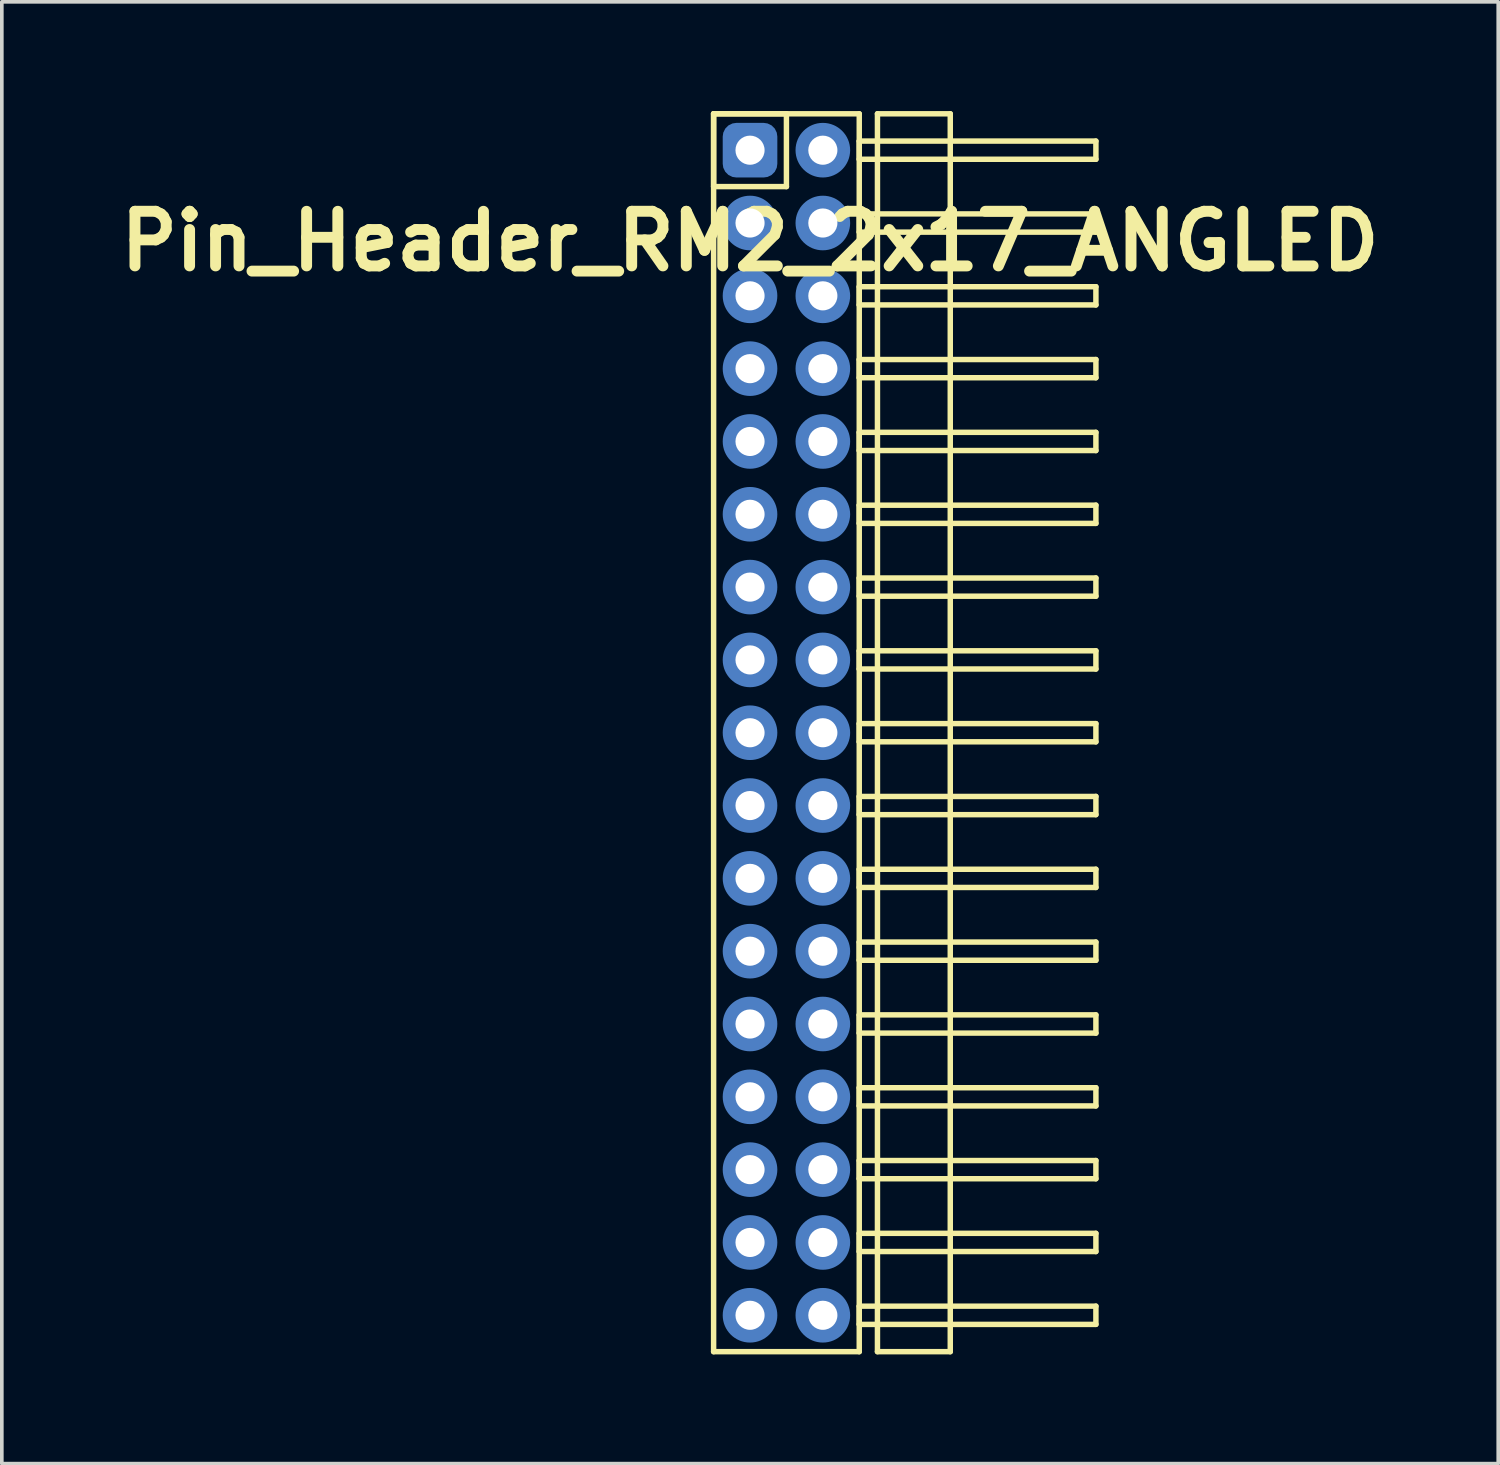
<source format=kicad_pcb>
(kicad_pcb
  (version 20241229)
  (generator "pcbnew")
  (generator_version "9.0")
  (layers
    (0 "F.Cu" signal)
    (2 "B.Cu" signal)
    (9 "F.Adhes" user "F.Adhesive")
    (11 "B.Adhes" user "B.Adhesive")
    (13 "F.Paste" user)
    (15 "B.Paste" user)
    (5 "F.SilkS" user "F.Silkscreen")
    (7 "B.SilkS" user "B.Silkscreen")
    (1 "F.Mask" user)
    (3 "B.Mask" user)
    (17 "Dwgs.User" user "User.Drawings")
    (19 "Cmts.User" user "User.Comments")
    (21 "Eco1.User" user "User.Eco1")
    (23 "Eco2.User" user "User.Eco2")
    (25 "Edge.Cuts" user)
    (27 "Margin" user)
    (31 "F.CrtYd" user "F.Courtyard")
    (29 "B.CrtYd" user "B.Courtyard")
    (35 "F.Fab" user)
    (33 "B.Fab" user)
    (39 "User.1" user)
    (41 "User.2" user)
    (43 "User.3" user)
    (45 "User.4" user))
  (footprint "Pin_Header_RM2_2x17_ANGLED"
    (layer "F.Cu")
    (at 17.55 1.075)
    (property "Reference" "Pin_Header_RM2_2x17_ANGLED" (at 0 2.5 0) (layer "F.SilkS") (effects (font (size 1.5 1.5) (thickness 0.3))))
    (attr through_hole)
    (fp_line (start -1 -1) (end 1 -1) (stroke (width 0.15) (type solid)) (layer "F.SilkS"))
    (fp_line (start -1 -1) (end 3 -1) (stroke (width 0.15) (type solid)) (layer "F.SilkS"))
    (fp_line (start -1 1) (end -1 -1) (stroke (width 0.15) (type solid)) (layer "F.SilkS"))
    (fp_line (start -1 33) (end -1 -1) (stroke (width 0.15) (type solid)) (layer "F.SilkS"))
    (fp_line (start 1 -1) (end 1 1) (stroke (width 0.15) (type solid)) (layer "F.SilkS"))
    (fp_line (start 1 1) (end -1 1) (stroke (width 0.15) (type solid)) (layer "F.SilkS"))
    (fp_line (start 3 -1) (end 3 33) (stroke (width 0.15) (type solid)) (layer "F.SilkS"))
    (fp_line (start 3 -0.25) (end 9.5 -0.25) (stroke (width 0.15) (type solid)) (layer "F.SilkS"))
    (fp_line (start 3 0.25) (end 3 -0.25) (stroke (width 0.15) (type solid)) (layer "F.SilkS"))
    (fp_line (start 3 1.75) (end 9.5 1.75) (stroke (width 0.15) (type solid)) (layer "F.SilkS"))
    (fp_line (start 3 2.25) (end 3 1.75) (stroke (width 0.15) (type solid)) (layer "F.SilkS"))
    (fp_line (start 3 3.75) (end 9.5 3.75) (stroke (width 0.15) (type solid)) (layer "F.SilkS"))
    (fp_line (start 3 4.25) (end 3 3.75) (stroke (width 0.15) (type solid)) (layer "F.SilkS"))
    (fp_line (start 3 5.75) (end 9.5 5.75) (stroke (width 0.15) (type solid)) (layer "F.SilkS"))
    (fp_line (start 3 6.25) (end 3 5.75) (stroke (width 0.15) (type solid)) (layer "F.SilkS"))
    (fp_line (start 3 7.75) (end 9.5 7.75) (stroke (width 0.15) (type solid)) (layer "F.SilkS"))
    (fp_line (start 3 8.25) (end 3 7.75) (stroke (width 0.15) (type solid)) (layer "F.SilkS"))
    (fp_line (start 3 9.75) (end 9.5 9.75) (stroke (width 0.15) (type solid)) (layer "F.SilkS"))
    (fp_line (start 3 10.25) (end 3 9.75) (stroke (width 0.15) (type solid)) (layer "F.SilkS"))
    (fp_line (start 3 11.75) (end 9.5 11.75) (stroke (width 0.15) (type solid)) (layer "F.SilkS"))
    (fp_line (start 3 12.25) (end 3 11.75) (stroke (width 0.15) (type solid)) (layer "F.SilkS"))
    (fp_line (start 3 13.75) (end 9.5 13.75) (stroke (width 0.15) (type solid)) (layer "F.SilkS"))
    (fp_line (start 3 14.25) (end 3 13.75) (stroke (width 0.15) (type solid)) (layer "F.SilkS"))
    (fp_line (start 3 15.75) (end 9.5 15.75) (stroke (width 0.15) (type solid)) (layer "F.SilkS"))
    (fp_line (start 3 16.25) (end 3 15.75) (stroke (width 0.15) (type solid)) (layer "F.SilkS"))
    (fp_line (start 3 17.75) (end 9.5 17.75) (stroke (width 0.15) (type solid)) (layer "F.SilkS"))
    (fp_line (start 3 18.25) (end 3 17.75) (stroke (width 0.15) (type solid)) (layer "F.SilkS"))
    (fp_line (start 3 19.75) (end 9.5 19.75) (stroke (width 0.15) (type solid)) (layer "F.SilkS"))
    (fp_line (start 3 20.25) (end 3 19.75) (stroke (width 0.15) (type solid)) (layer "F.SilkS"))
    (fp_line (start 3 21.75) (end 9.5 21.75) (stroke (width 0.15) (type solid)) (layer "F.SilkS"))
    (fp_line (start 3 22.25) (end 3 21.75) (stroke (width 0.15) (type solid)) (layer "F.SilkS"))
    (fp_line (start 3 23.75) (end 9.5 23.75) (stroke (width 0.15) (type solid)) (layer "F.SilkS"))
    (fp_line (start 3 24.25) (end 3 23.75) (stroke (width 0.15) (type solid)) (layer "F.SilkS"))
    (fp_line (start 3 25.75) (end 9.5 25.75) (stroke (width 0.15) (type solid)) (layer "F.SilkS"))
    (fp_line (start 3 26.25) (end 3 25.75) (stroke (width 0.15) (type solid)) (layer "F.SilkS"))
    (fp_line (start 3 27.75) (end 9.5 27.75) (stroke (width 0.15) (type solid)) (layer "F.SilkS"))
    (fp_line (start 3 28.25) (end 3 27.75) (stroke (width 0.15) (type solid)) (layer "F.SilkS"))
    (fp_line (start 3 29.75) (end 9.5 29.75) (stroke (width 0.15) (type solid)) (layer "F.SilkS"))
    (fp_line (start 3 30.25) (end 3 29.75) (stroke (width 0.15) (type solid)) (layer "F.SilkS"))
    (fp_line (start 3 31.75) (end 9.5 31.75) (stroke (width 0.15) (type solid)) (layer "F.SilkS"))
    (fp_line (start 3 32.25) (end 3 31.75) (stroke (width 0.15) (type solid)) (layer "F.SilkS"))
    (fp_line (start 3 33) (end -1 33) (stroke (width 0.15) (type solid)) (layer "F.SilkS"))
    (fp_line (start 3.5 -1) (end 5.5 -1) (stroke (width 0.15) (type solid)) (layer "F.SilkS"))
    (fp_line (start 3.5 33) (end 3.5 -1) (stroke (width 0.15) (type solid)) (layer "F.SilkS"))
    (fp_line (start 5.5 -1) (end 5.5 33) (stroke (width 0.15) (type solid)) (layer "F.SilkS"))
    (fp_line (start 5.5 33) (end 3.5 33) (stroke (width 0.15) (type solid)) (layer "F.SilkS"))
    (fp_line (start 9.5 -0.25) (end 9.5 0.25) (stroke (width 0.15) (type solid)) (layer "F.SilkS"))
    (fp_line (start 9.5 0.25) (end 3 0.25) (stroke (width 0.15) (type solid)) (layer "F.SilkS"))
    (fp_line (start 9.5 1.75) (end 9.5 2.25) (stroke (width 0.15) (type solid)) (layer "F.SilkS"))
    (fp_line (start 9.5 2.25) (end 3 2.25) (stroke (width 0.15) (type solid)) (layer "F.SilkS"))
    (fp_line (start 9.5 3.75) (end 9.5 4.25) (stroke (width 0.15) (type solid)) (layer "F.SilkS"))
    (fp_line (start 9.5 4.25) (end 3 4.25) (stroke (width 0.15) (type solid)) (layer "F.SilkS"))
    (fp_line (start 9.5 5.75) (end 9.5 6.25) (stroke (width 0.15) (type solid)) (layer "F.SilkS"))
    (fp_line (start 9.5 6.25) (end 3 6.25) (stroke (width 0.15) (type solid)) (layer "F.SilkS"))
    (fp_line (start 9.5 7.75) (end 9.5 8.25) (stroke (width 0.15) (type solid)) (layer "F.SilkS"))
    (fp_line (start 9.5 8.25) (end 3 8.25) (stroke (width 0.15) (type solid)) (layer "F.SilkS"))
    (fp_line (start 9.5 9.75) (end 9.5 10.25) (stroke (width 0.15) (type solid)) (layer "F.SilkS"))
    (fp_line (start 9.5 10.25) (end 3 10.25) (stroke (width 0.15) (type solid)) (layer "F.SilkS"))
    (fp_line (start 9.5 11.75) (end 9.5 12.25) (stroke (width 0.15) (type solid)) (layer "F.SilkS"))
    (fp_line (start 9.5 12.25) (end 3 12.25) (stroke (width 0.15) (type solid)) (layer "F.SilkS"))
    (fp_line (start 9.5 13.75) (end 9.5 14.25) (stroke (width 0.15) (type solid)) (layer "F.SilkS"))
    (fp_line (start 9.5 14.25) (end 3 14.25) (stroke (width 0.15) (type solid)) (layer "F.SilkS"))
    (fp_line (start 9.5 15.75) (end 9.5 16.25) (stroke (width 0.15) (type solid)) (layer "F.SilkS"))
    (fp_line (start 9.5 16.25) (end 3 16.25) (stroke (width 0.15) (type solid)) (layer "F.SilkS"))
    (fp_line (start 9.5 17.75) (end 9.5 18.25) (stroke (width 0.15) (type solid)) (layer "F.SilkS"))
    (fp_line (start 9.5 18.25) (end 3 18.25) (stroke (width 0.15) (type solid)) (layer "F.SilkS"))
    (fp_line (start 9.5 19.75) (end 9.5 20.25) (stroke (width 0.15) (type solid)) (layer "F.SilkS"))
    (fp_line (start 9.5 20.25) (end 3 20.25) (stroke (width 0.15) (type solid)) (layer "F.SilkS"))
    (fp_line (start 9.5 21.75) (end 9.5 22.25) (stroke (width 0.15) (type solid)) (layer "F.SilkS"))
    (fp_line (start 9.5 22.25) (end 3 22.25) (stroke (width 0.15) (type solid)) (layer "F.SilkS"))
    (fp_line (start 9.5 23.75) (end 9.5 24.25) (stroke (width 0.15) (type solid)) (layer "F.SilkS"))
    (fp_line (start 9.5 24.25) (end 3 24.25) (stroke (width 0.15) (type solid)) (layer "F.SilkS"))
    (fp_line (start 9.5 25.75) (end 9.5 26.25) (stroke (width 0.15) (type solid)) (layer "F.SilkS"))
    (fp_line (start 9.5 26.25) (end 3 26.25) (stroke (width 0.15) (type solid)) (layer "F.SilkS"))
    (fp_line (start 9.5 27.75) (end 9.5 28.25) (stroke (width 0.15) (type solid)) (layer "F.SilkS"))
    (fp_line (start 9.5 28.25) (end 3 28.25) (stroke (width 0.15) (type solid)) (layer "F.SilkS"))
    (fp_line (start 9.5 29.75) (end 9.5 30.25) (stroke (width 0.15) (type solid)) (layer "F.SilkS"))
    (fp_line (start 9.5 30.25) (end 3 30.25) (stroke (width 0.15) (type solid)) (layer "F.SilkS"))
    (fp_line (start 9.5 31.75) (end 9.5 32.25) (stroke (width 0.15) (type solid)) (layer "F.SilkS"))
    (fp_line (start 9.5 32.25) (end 3 32.25) (stroke (width 0.15) (type solid)) (layer "F.SilkS"))
    (pad "1" thru_hole circle (at 0 0) (size 1.1 1.1) (drill 0.8) (layers "*.Cu" "*.Mask"))
    (pad "1" smd roundrect (at 0 0) (size 1.25 1.25) (layers "F.Cu" "F.Mask") (roundrect_rratio 0.25))
    (pad "1" smd roundrect (at 0 0) (size 1.5 1.5) (layers "B.Cu" "B.Mask") (roundrect_rratio 0.25))
    (pad "2" thru_hole circle (at 2 0) (size 1.1 1.1) (drill 0.8) (layers "*.Cu" "*.Mask"))
    (pad "2" smd circle (at 2 0) (size 1.25 1.25) (layers "F.Cu" "F.Mask"))
    (pad "2" smd circle (at 2 0) (size 1.5 1.5) (layers "B.Cu" "B.Mask"))
    (pad "3" thru_hole circle (at 0 2) (size 1.1 1.1) (drill 0.8) (layers "*.Cu" "*.Mask"))
    (pad "3" smd circle (at 0 2) (size 1.25 1.25) (layers "F.Cu" "F.Mask"))
    (pad "3" smd circle (at 0 2) (size 1.5 1.5) (layers "B.Cu" "B.Mask"))
    (pad "4" thru_hole circle (at 2 2) (size 1.1 1.1) (drill 0.8) (layers "*.Cu" "*.Mask"))
    (pad "4" smd circle (at 2 2) (size 1.25 1.25) (layers "F.Cu" "F.Mask"))
    (pad "4" smd circle (at 2 2) (size 1.5 1.5) (layers "B.Cu" "B.Mask"))
    (pad "5" thru_hole circle (at 0 4) (size 1.1 1.1) (drill 0.8) (layers "*.Cu" "*.Mask"))
    (pad "5" smd circle (at 0 4) (size 1.25 1.25) (layers "F.Cu" "F.Mask"))
    (pad "5" smd circle (at 0 4) (size 1.5 1.5) (layers "B.Cu" "B.Mask"))
    (pad "6" thru_hole circle (at 2 4) (size 1.1 1.1) (drill 0.8) (layers "*.Cu" "*.Mask"))
    (pad "6" smd circle (at 2 4) (size 1.25 1.25) (layers "F.Cu" "F.Mask"))
    (pad "6" smd circle (at 2 4) (size 1.5 1.5) (layers "B.Cu" "B.Mask"))
    (pad "7" thru_hole circle (at 0 6) (size 1.1 1.1) (drill 0.8) (layers "*.Cu" "*.Mask"))
    (pad "7" smd circle (at 0 6) (size 1.25 1.25) (layers "F.Cu" "F.Mask"))
    (pad "7" smd circle (at 0 6) (size 1.5 1.5) (layers "B.Cu" "B.Mask"))
    (pad "8" thru_hole circle (at 2 6) (size 1.1 1.1) (drill 0.8) (layers "*.Cu" "*.Mask"))
    (pad "8" smd circle (at 2 6) (size 1.25 1.25) (layers "F.Cu" "F.Mask"))
    (pad "8" smd circle (at 2 6) (size 1.5 1.5) (layers "B.Cu" "B.Mask"))
    (pad "9" thru_hole circle (at 0 8) (size 1.1 1.1) (drill 0.8) (layers "*.Cu" "*.Mask"))
    (pad "9" smd circle (at 0 8) (size 1.25 1.25) (layers "F.Cu" "F.Mask"))
    (pad "9" smd circle (at 0 8) (size 1.5 1.5) (layers "B.Cu" "B.Mask"))
    (pad "10" thru_hole circle (at 2 8) (size 1.1 1.1) (drill 0.8) (layers "*.Cu" "*.Mask"))
    (pad "10" smd circle (at 2 8) (size 1.25 1.25) (layers "F.Cu" "F.Mask"))
    (pad "10" smd circle (at 2 8) (size 1.5 1.5) (layers "B.Cu" "B.Mask"))
    (pad "11" thru_hole circle (at 0 10) (size 1.1 1.1) (drill 0.8) (layers "*.Cu" "*.Mask"))
    (pad "11" smd circle (at 0 10) (size 1.25 1.25) (layers "F.Cu" "F.Mask"))
    (pad "11" smd circle (at 0 10) (size 1.5 1.5) (layers "B.Cu" "B.Mask"))
    (pad "12" thru_hole circle (at 2 10) (size 1.1 1.1) (drill 0.8) (layers "*.Cu" "*.Mask"))
    (pad "12" smd circle (at 2 10) (size 1.25 1.25) (layers "F.Cu" "F.Mask"))
    (pad "12" smd circle (at 2 10) (size 1.5 1.5) (layers "B.Cu" "B.Mask"))
    (pad "13" thru_hole circle (at 0 12) (size 1.1 1.1) (drill 0.8) (layers "*.Cu" "*.Mask"))
    (pad "13" smd circle (at 0 12) (size 1.25 1.25) (layers "F.Cu" "F.Mask"))
    (pad "13" smd circle (at 0 12) (size 1.5 1.5) (layers "B.Cu" "B.Mask"))
    (pad "14" thru_hole circle (at 2 12) (size 1.1 1.1) (drill 0.8) (layers "*.Cu" "*.Mask"))
    (pad "14" smd circle (at 2 12) (size 1.25 1.25) (layers "F.Cu" "F.Mask"))
    (pad "14" smd circle (at 2 12) (size 1.5 1.5) (layers "B.Cu" "B.Mask"))
    (pad "15" thru_hole circle (at 0 14) (size 1.1 1.1) (drill 0.8) (layers "*.Cu" "*.Mask"))
    (pad "15" smd circle (at 0 14) (size 1.25 1.25) (layers "F.Cu" "F.Mask"))
    (pad "15" smd circle (at 0 14) (size 1.5 1.5) (layers "B.Cu" "B.Mask"))
    (pad "16" thru_hole circle (at 2 14) (size 1.1 1.1) (drill 0.8) (layers "*.Cu" "*.Mask"))
    (pad "16" smd circle (at 2 14) (size 1.25 1.25) (layers "F.Cu" "F.Mask"))
    (pad "16" smd circle (at 2 14) (size 1.5 1.5) (layers "B.Cu" "B.Mask"))
    (pad "17" thru_hole circle (at 0 16) (size 1.1 1.1) (drill 0.8) (layers "*.Cu" "*.Mask"))
    (pad "17" smd circle (at 0 16) (size 1.25 1.25) (layers "F.Cu" "F.Mask"))
    (pad "17" smd circle (at 0 16) (size 1.5 1.5) (layers "B.Cu" "B.Mask"))
    (pad "18" thru_hole circle (at 2 16) (size 1.1 1.1) (drill 0.8) (layers "*.Cu" "*.Mask"))
    (pad "18" smd circle (at 2 16) (size 1.25 1.25) (layers "F.Cu" "F.Mask"))
    (pad "18" smd circle (at 2 16) (size 1.5 1.5) (layers "B.Cu" "B.Mask"))
    (pad "19" thru_hole circle (at 0 18) (size 1.1 1.1) (drill 0.8) (layers "*.Cu" "*.Mask"))
    (pad "19" smd circle (at 0 18) (size 1.25 1.25) (layers "F.Cu" "F.Mask"))
    (pad "19" smd circle (at 0 18) (size 1.5 1.5) (layers "B.Cu" "B.Mask"))
    (pad "20" thru_hole circle (at 2 18) (size 1.1 1.1) (drill 0.8) (layers "*.Cu" "*.Mask"))
    (pad "20" smd circle (at 2 18) (size 1.25 1.25) (layers "F.Cu" "F.Mask"))
    (pad "20" smd circle (at 2 18) (size 1.5 1.5) (layers "B.Cu" "B.Mask"))
    (pad "21" thru_hole circle (at 0 20) (size 1.1 1.1) (drill 0.8) (layers "*.Cu" "*.Mask"))
    (pad "21" smd circle (at 0 20) (size 1.25 1.25) (layers "F.Cu" "F.Mask"))
    (pad "21" smd circle (at 0 20) (size 1.5 1.5) (layers "B.Cu" "B.Mask"))
    (pad "22" thru_hole circle (at 2 20) (size 1.1 1.1) (drill 0.8) (layers "*.Cu" "*.Mask"))
    (pad "22" smd circle (at 2 20) (size 1.25 1.25) (layers "F.Cu" "F.Mask"))
    (pad "22" smd circle (at 2 20) (size 1.5 1.5) (layers "B.Cu" "B.Mask"))
    (pad "23" thru_hole circle (at 0 22) (size 1.1 1.1) (drill 0.8) (layers "*.Cu" "*.Mask"))
    (pad "23" smd circle (at 0 22) (size 1.25 1.25) (layers "F.Cu" "F.Mask"))
    (pad "23" smd circle (at 0 22) (size 1.5 1.5) (layers "B.Cu" "B.Mask"))
    (pad "24" thru_hole circle (at 2 22) (size 1.1 1.1) (drill 0.8) (layers "*.Cu" "*.Mask"))
    (pad "24" smd circle (at 2 22) (size 1.25 1.25) (layers "F.Cu" "F.Mask"))
    (pad "24" smd circle (at 2 22) (size 1.5 1.5) (layers "B.Cu" "B.Mask"))
    (pad "25" thru_hole circle (at 0 24) (size 1.1 1.1) (drill 0.8) (layers "*.Cu" "*.Mask"))
    (pad "25" smd circle (at 0 24) (size 1.25 1.25) (layers "F.Cu" "F.Mask"))
    (pad "25" smd circle (at 0 24) (size 1.5 1.5) (layers "B.Cu" "B.Mask"))
    (pad "26" thru_hole circle (at 2 24) (size 1.1 1.1) (drill 0.8) (layers "*.Cu" "*.Mask"))
    (pad "26" smd circle (at 2 24) (size 1.25 1.25) (layers "F.Cu" "F.Mask"))
    (pad "26" smd circle (at 2 24) (size 1.5 1.5) (layers "B.Cu" "B.Mask"))
    (pad "27" thru_hole circle (at 0 26) (size 1.1 1.1) (drill 0.8) (layers "*.Cu" "*.Mask"))
    (pad "27" smd circle (at 0 26) (size 1.25 1.25) (layers "F.Cu" "F.Mask"))
    (pad "27" smd circle (at 0 26) (size 1.5 1.5) (layers "B.Cu" "B.Mask"))
    (pad "28" thru_hole circle (at 2 26) (size 1.1 1.1) (drill 0.8) (layers "*.Cu" "*.Mask"))
    (pad "28" smd circle (at 2 26) (size 1.25 1.25) (layers "F.Cu" "F.Mask"))
    (pad "28" smd circle (at 2 26) (size 1.5 1.5) (layers "B.Cu" "B.Mask"))
    (pad "29" thru_hole circle (at 0 28) (size 1.1 1.1) (drill 0.8) (layers "*.Cu" "*.Mask"))
    (pad "29" smd circle (at 0 28) (size 1.25 1.25) (layers "F.Cu" "F.Mask"))
    (pad "29" smd circle (at 0 28) (size 1.5 1.5) (layers "B.Cu" "B.Mask"))
    (pad "30" thru_hole circle (at 2 28) (size 1.1 1.1) (drill 0.8) (layers "*.Cu" "*.Mask"))
    (pad "30" smd circle (at 2 28) (size 1.25 1.25) (layers "F.Cu" "F.Mask"))
    (pad "30" smd circle (at 2 28) (size 1.5 1.5) (layers "B.Cu" "B.Mask"))
    (pad "31" thru_hole circle (at 0 30) (size 1.1 1.1) (drill 0.8) (layers "*.Cu" "*.Mask"))
    (pad "31" smd circle (at 0 30) (size 1.25 1.25) (layers "F.Cu" "F.Mask"))
    (pad "31" smd circle (at 0 30) (size 1.5 1.5) (layers "B.Cu" "B.Mask"))
    (pad "32" thru_hole circle (at 2 30) (size 1.1 1.1) (drill 0.8) (layers "*.Cu" "*.Mask"))
    (pad "32" smd circle (at 2 30) (size 1.25 1.25) (layers "F.Cu" "F.Mask"))
    (pad "32" smd circle (at 2 30) (size 1.5 1.5) (layers "B.Cu" "B.Mask"))
    (pad "33" thru_hole circle (at 0 32) (size 1.1 1.1) (drill 0.8) (layers "*.Cu" "*.Mask"))
    (pad "33" smd circle (at 0 32) (size 1.25 1.25) (layers "F.Cu" "F.Mask"))
    (pad "33" smd circle (at 0 32) (size 1.5 1.5) (layers "B.Cu" "B.Mask"))
    (pad "34" thru_hole circle (at 2 32) (size 1.1 1.1) (drill 0.8) (layers "*.Cu" "*.Mask"))
    (pad "34" smd circle (at 2 32) (size 1.25 1.25) (layers "F.Cu" "F.Mask"))
    (pad "34" smd circle (at 2 32) (size 1.5 1.5) (layers "B.Cu" "B.Mask")))
  (gr_rect
    (start -3 -3)
    (end 38.1 37.15)
    (stroke (width 0.1) (type default))
    (fill no)
    (layer "Edge.Cuts")))
</source>
